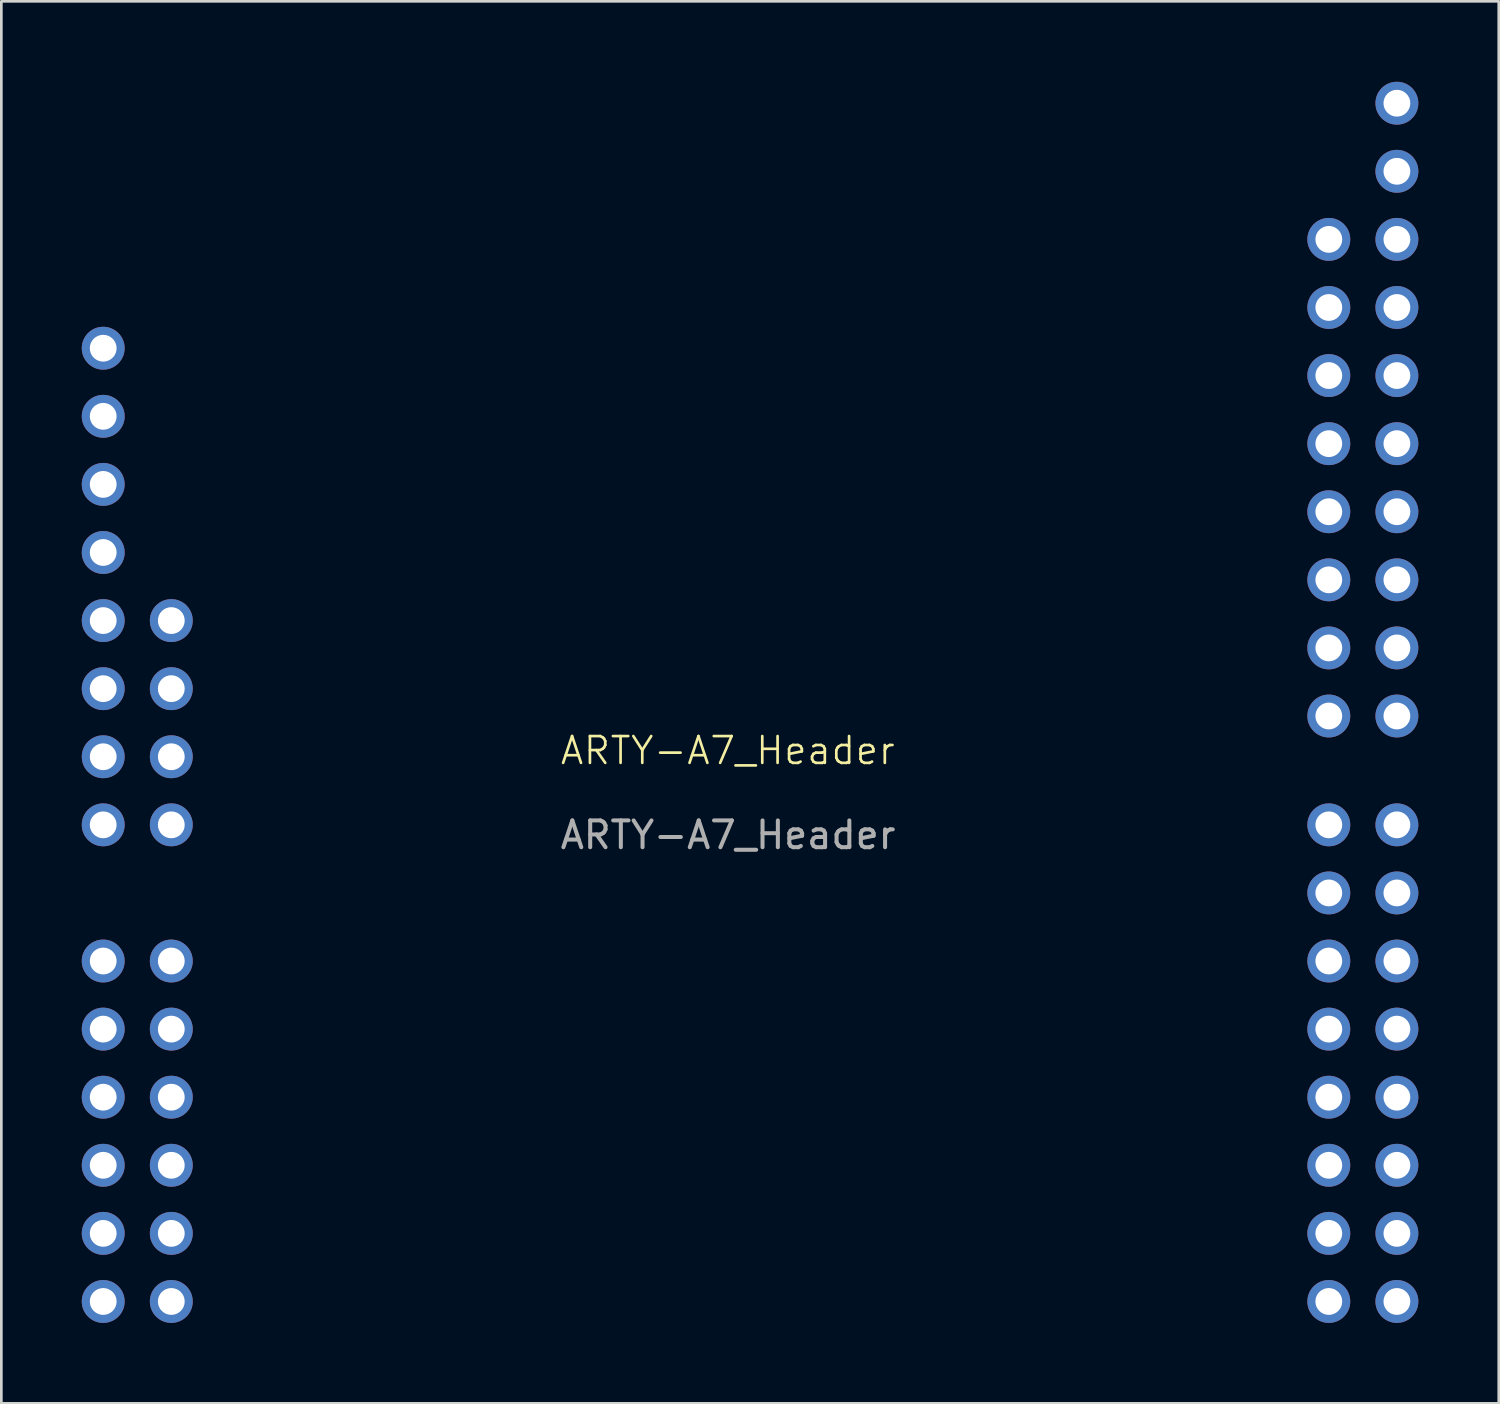
<source format=kicad_pcb>
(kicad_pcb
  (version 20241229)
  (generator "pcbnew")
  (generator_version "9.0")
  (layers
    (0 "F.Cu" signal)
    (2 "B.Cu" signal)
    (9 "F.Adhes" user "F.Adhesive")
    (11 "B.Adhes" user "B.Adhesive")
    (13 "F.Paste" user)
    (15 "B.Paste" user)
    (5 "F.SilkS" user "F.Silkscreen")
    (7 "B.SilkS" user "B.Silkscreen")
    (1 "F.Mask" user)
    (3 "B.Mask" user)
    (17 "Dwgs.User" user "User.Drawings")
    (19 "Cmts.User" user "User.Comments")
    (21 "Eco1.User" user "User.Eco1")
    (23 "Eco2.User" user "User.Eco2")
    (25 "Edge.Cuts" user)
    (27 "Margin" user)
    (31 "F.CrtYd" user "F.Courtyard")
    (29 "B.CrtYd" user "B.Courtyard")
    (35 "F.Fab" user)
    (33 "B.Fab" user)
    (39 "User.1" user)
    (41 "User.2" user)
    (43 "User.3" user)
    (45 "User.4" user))
  (footprint "ARTY-A7_Header"
    (layer "F.Cu")
    (at 24.11 25.6)
    (property "Reference" "ARTY-A7_Header" (at -0.01 -0.65 0) (unlocked yes) (layer "F.SilkS") (effects (font (size 1 1) (thickness 0.1))))
    (attr through_hole)
    (fp_text user "${REFERENCE}" (at 0 2.5 0) (unlocked yes) (layer "F.Fab") (effects (font (size 1 1) (thickness 0.15))))
    (pad "1" thru_hole oval (at 24.95 19.9) (size 1.6 1.6) (drill 1) (layers "*.Cu" "*.Mask"))
    (pad "2" thru_hole oval (at 24.95 17.36) (size 1.6 1.6) (drill 1) (layers "*.Cu" "*.Mask"))
    (pad "3" thru_hole oval (at 24.95 14.82) (size 1.6 1.6) (drill 1) (layers "*.Cu" "*.Mask"))
    (pad "4" thru_hole oval (at 24.95 12.28) (size 1.6 1.6) (drill 1) (layers "*.Cu" "*.Mask"))
    (pad "5" thru_hole oval (at 24.95 9.74) (size 1.6 1.6) (drill 1) (layers "*.Cu" "*.Mask"))
    (pad "6" thru_hole oval (at 24.95 7.2) (size 1.6 1.6) (drill 1) (layers "*.Cu" "*.Mask"))
    (pad "7" thru_hole oval (at 24.95 4.66) (size 1.6 1.6) (drill 1) (layers "*.Cu" "*.Mask"))
    (pad "8" thru_hole oval (at 24.95 2.12) (size 1.6 1.6) (drill 1) (layers "*.Cu" "*.Mask"))
    (pad "9" thru_hole oval (at 24.95 -1.94) (size 1.6 1.6) (drill 1) (layers "*.Cu" "*.Mask"))
    (pad "10" thru_hole oval (at 24.95 -4.48) (size 1.6 1.6) (drill 1) (layers "*.Cu" "*.Mask"))
    (pad "11" thru_hole oval (at 24.95 -7.02) (size 1.6 1.6) (drill 1) (layers "*.Cu" "*.Mask"))
    (pad "12" thru_hole oval (at 24.95 -9.56) (size 1.6 1.6) (drill 1) (layers "*.Cu" "*.Mask"))
    (pad "13" thru_hole oval (at 24.95 -12.1) (size 1.6 1.6) (drill 1) (layers "*.Cu" "*.Mask"))
    (pad "14" thru_hole oval (at 24.95 -14.64) (size 1.6 1.6) (drill 1) (layers "*.Cu" "*.Mask"))
    (pad "15" thru_hole oval (at 24.95 -17.18) (size 1.6 1.6) (drill 1) (layers "*.Cu" "*.Mask"))
    (pad "16" thru_hole oval (at 24.95 -19.72) (size 1.6 1.6) (drill 1) (layers "*.Cu" "*.Mask"))
    (pad "17" thru_hole oval (at 24.95 -22.26) (size 1.6 1.6) (drill 1) (layers "*.Cu" "*.Mask"))
    (pad "18" thru_hole oval (at 24.95 -24.8) (size 1.6 1.6) (drill 1) (layers "*.Cu" "*.Mask"))
    (pad "19" thru_hole oval (at 22.41 19.9) (size 1.6 1.6) (drill 1) (layers "*.Cu" "*.Mask"))
    (pad "20" thru_hole oval (at 22.41 17.36) (size 1.6 1.6) (drill 1) (layers "*.Cu" "*.Mask"))
    (pad "21" thru_hole oval (at 22.41 14.82) (size 1.6 1.6) (drill 1) (layers "*.Cu" "*.Mask"))
    (pad "22" thru_hole oval (at 22.41 12.28) (size 1.6 1.6) (drill 1) (layers "*.Cu" "*.Mask"))
    (pad "23" thru_hole oval (at 22.41 9.74) (size 1.6 1.6) (drill 1) (layers "*.Cu" "*.Mask"))
    (pad "24" thru_hole oval (at 22.41 7.2) (size 1.6 1.6) (drill 1) (layers "*.Cu" "*.Mask"))
    (pad "25" thru_hole oval (at 22.41 4.66) (size 1.6 1.6) (drill 1) (layers "*.Cu" "*.Mask"))
    (pad "26" thru_hole oval (at 22.41 2.12) (size 1.6 1.6) (drill 1) (layers "*.Cu" "*.Mask"))
    (pad "27" thru_hole oval (at 22.41 -1.94) (size 1.6 1.6) (drill 1) (layers "*.Cu" "*.Mask"))
    (pad "28" thru_hole oval (at 22.41 -4.48) (size 1.6 1.6) (drill 1) (layers "*.Cu" "*.Mask"))
    (pad "29" thru_hole oval (at 22.41 -7.02) (size 1.6 1.6) (drill 1) (layers "*.Cu" "*.Mask"))
    (pad "30" thru_hole oval (at 22.41 -9.56) (size 1.6 1.6) (drill 1) (layers "*.Cu" "*.Mask"))
    (pad "31" thru_hole oval (at 22.41 -12.1) (size 1.6 1.6) (drill 1) (layers "*.Cu" "*.Mask"))
    (pad "32" thru_hole oval (at 22.41 -14.64) (size 1.6 1.6) (drill 1) (layers "*.Cu" "*.Mask"))
    (pad "33" thru_hole oval (at 22.41 -17.18) (size 1.6 1.6) (drill 1) (layers "*.Cu" "*.Mask"))
    (pad "34" thru_hole oval (at 22.41 -19.72) (size 1.6 1.6) (drill 1) (layers "*.Cu" "*.Mask"))
    (pad "35" thru_hole oval (at -23.31 19.9) (size 1.6 1.6) (drill 1) (layers "*.Cu" "*.Mask"))
    (pad "36" thru_hole oval (at -23.31 17.36) (size 1.6 1.6) (drill 1) (layers "*.Cu" "*.Mask"))
    (pad "37" thru_hole oval (at -23.31 14.82) (size 1.6 1.6) (drill 1) (layers "*.Cu" "*.Mask"))
    (pad "38" thru_hole oval (at -23.31 12.28 90) (size 1.6 1.6) (drill 1) (layers "*.Cu" "*.Mask"))
    (pad "39" thru_hole oval (at -23.31 9.74) (size 1.6 1.6) (drill 1) (layers "*.Cu" "*.Mask"))
    (pad "40" thru_hole oval (at -23.31 7.2) (size 1.6 1.6) (drill 1) (layers "*.Cu" "*.Mask"))
    (pad "41" thru_hole oval (at -23.31 2.12) (size 1.6 1.6) (drill 1) (layers "*.Cu" "*.Mask"))
    (pad "42" thru_hole oval (at -23.31 -0.42) (size 1.6 1.6) (drill 1) (layers "*.Cu" "*.Mask"))
    (pad "43" thru_hole oval (at -23.31 -2.96) (size 1.6 1.6) (drill 1) (layers "*.Cu" "*.Mask"))
    (pad "44" thru_hole oval (at -23.31 -5.5) (size 1.6 1.6) (drill 1) (layers "*.Cu" "*.Mask"))
    (pad "45" thru_hole oval (at -23.31 -8.04) (size 1.6 1.6) (drill 1) (layers "*.Cu" "*.Mask"))
    (pad "46" thru_hole oval (at -23.31 -10.58) (size 1.6 1.6) (drill 1) (layers "*.Cu" "*.Mask"))
    (pad "47" thru_hole oval (at -23.31 -13.12) (size 1.6 1.6) (drill 1) (layers "*.Cu" "*.Mask"))
    (pad "48" thru_hole oval (at -23.31 -15.66) (size 1.6 1.6) (drill 1) (layers "*.Cu" "*.Mask"))
    (pad "49" thru_hole oval (at -20.77 19.9) (size 1.6 1.6) (drill 1) (layers "*.Cu" "*.Mask"))
    (pad "50" thru_hole oval (at -20.77 17.36) (size 1.6 1.6) (drill 1) (layers "*.Cu" "*.Mask"))
    (pad "51" thru_hole oval (at -20.77 14.82) (size 1.6 1.6) (drill 1) (layers "*.Cu" "*.Mask"))
    (pad "52" thru_hole oval (at -20.77 12.28) (size 1.6 1.6) (drill 1) (layers "*.Cu" "*.Mask"))
    (pad "53" thru_hole oval (at -20.77 9.74) (size 1.6 1.6) (drill 1) (layers "*.Cu" "*.Mask"))
    (pad "54" thru_hole oval (at -20.77 7.2) (size 1.6 1.6) (drill 1) (layers "*.Cu" "*.Mask"))
    (pad "55" thru_hole oval (at -20.77 2.12) (size 1.6 1.6) (drill 1) (layers "*.Cu" "*.Mask"))
    (pad "56" thru_hole oval (at -20.77 -0.42) (size 1.6 1.6) (drill 1) (layers "*.Cu" "*.Mask"))
    (pad "57" thru_hole oval (at -20.77 -2.96) (size 1.6 1.6) (drill 1) (layers "*.Cu" "*.Mask"))
    (pad "58" thru_hole oval (at -20.77 -5.5) (size 1.6 1.6) (drill 1) (layers "*.Cu" "*.Mask")))
  (gr_rect
    (start -3 -3)
    (end 52.86 49.3)
    (stroke (width 0.1) (type default))
    (fill no)
    (layer "Edge.Cuts")))
</source>
